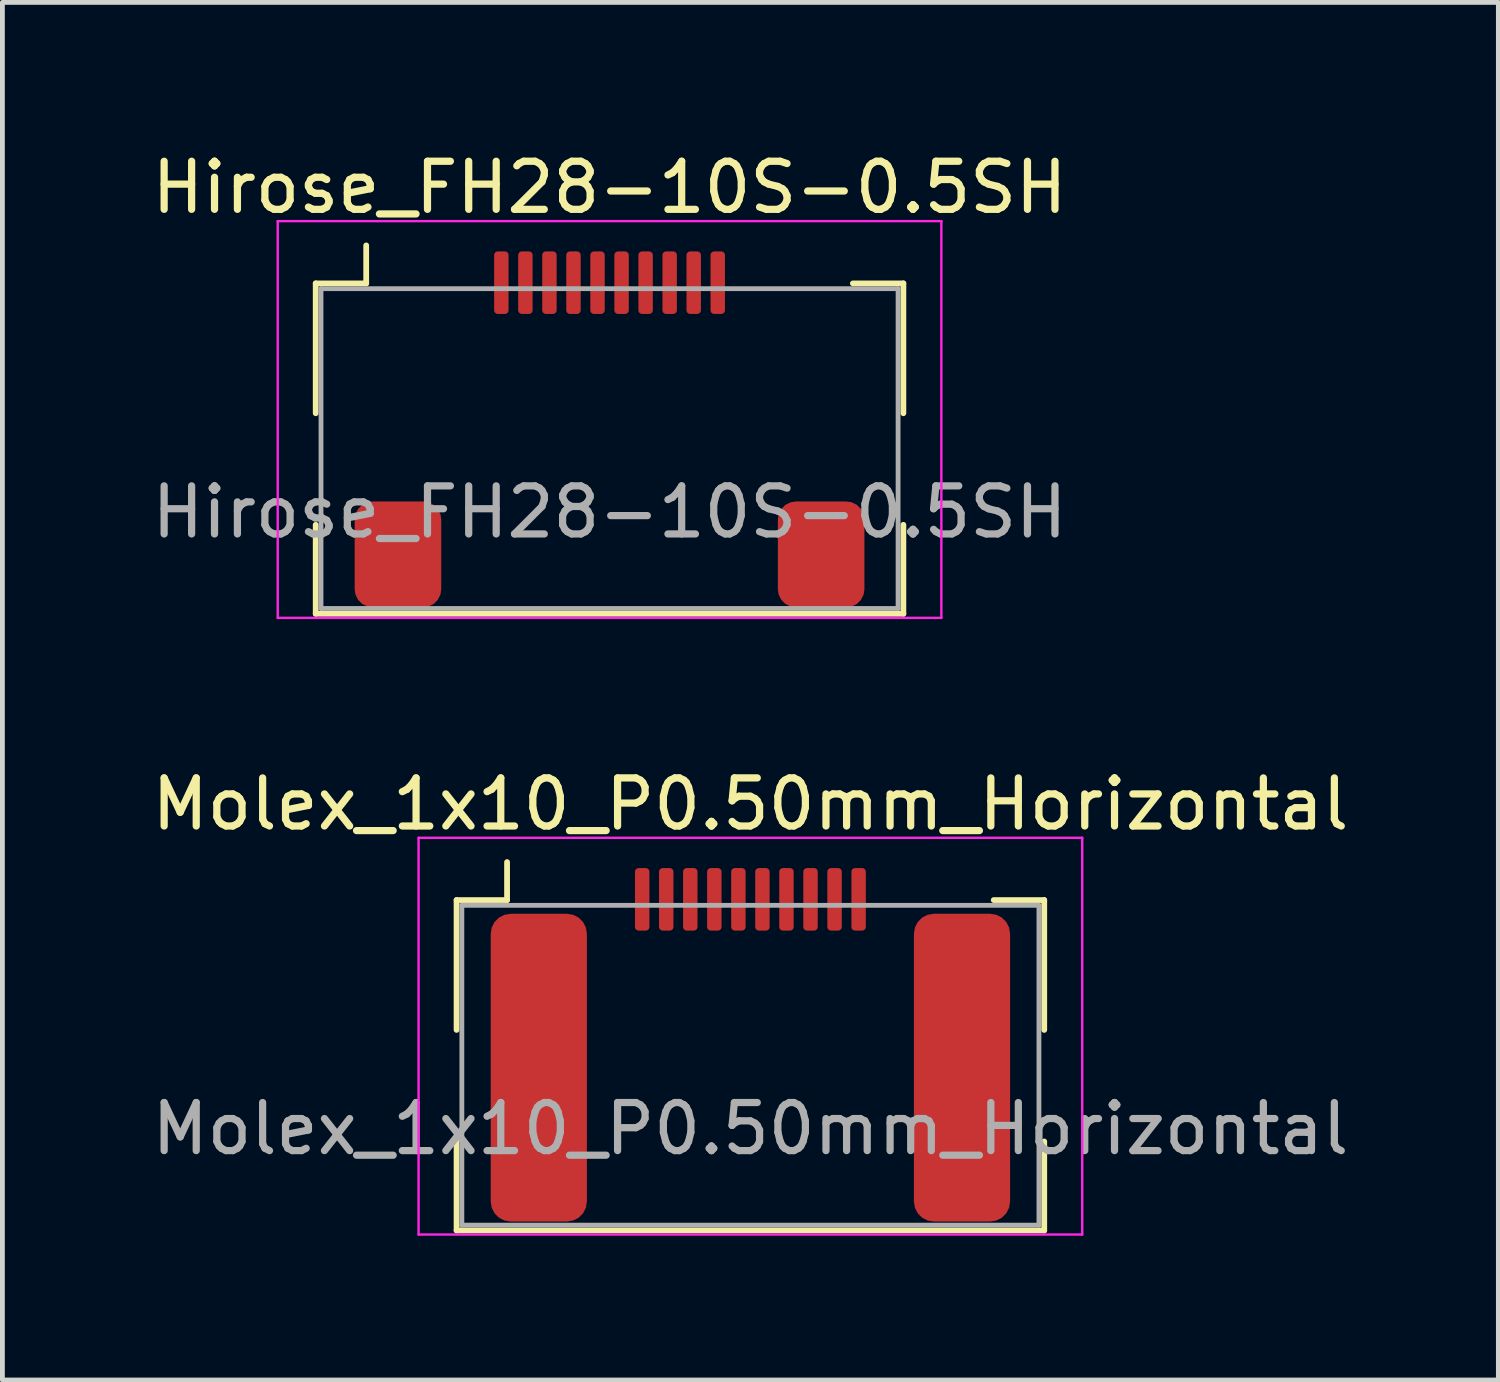
<source format=kicad_pcb>
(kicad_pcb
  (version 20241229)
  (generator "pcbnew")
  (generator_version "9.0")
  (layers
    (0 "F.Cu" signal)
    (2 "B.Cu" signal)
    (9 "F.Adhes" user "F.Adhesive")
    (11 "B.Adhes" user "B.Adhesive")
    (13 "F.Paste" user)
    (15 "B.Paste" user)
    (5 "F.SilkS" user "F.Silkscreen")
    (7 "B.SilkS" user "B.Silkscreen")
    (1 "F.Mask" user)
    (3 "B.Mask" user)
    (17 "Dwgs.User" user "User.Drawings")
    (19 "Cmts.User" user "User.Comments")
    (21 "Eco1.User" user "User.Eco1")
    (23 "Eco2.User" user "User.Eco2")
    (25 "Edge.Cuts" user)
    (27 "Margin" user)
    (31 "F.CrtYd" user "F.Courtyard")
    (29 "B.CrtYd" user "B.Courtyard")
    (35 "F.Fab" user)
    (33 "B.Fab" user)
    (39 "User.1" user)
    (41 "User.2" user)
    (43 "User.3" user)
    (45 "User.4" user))
  (footprint "Molex_1x10_P0.50mm_Horizontal"
    (layer "F.Cu")
    (at 12.554 17.651)
    (property "Reference" "Molex_1x10_P0.50mm_Horizontal" (at 0 -3.98 0) (layer "F.SilkS") (effects (font (size 1 1) (thickness 0.15))))
    (attr smd)
    (fp_line (start -6.11 -1.985) (end -5.06 -1.985) (stroke (width 0.12) (type solid)) (layer "F.SilkS"))
    (fp_line (start -6.11 0.715) (end -6.11 -1.985) (stroke (width 0.12) (type solid)) (layer "F.SilkS"))
    (fp_line (start -6.11 3.035) (end -6.11 4.885) (stroke (width 0.12) (type solid)) (layer "F.SilkS"))
    (fp_line (start -6.11 4.885) (end 6.11 4.885) (stroke (width 0.12) (type solid)) (layer "F.SilkS"))
    (fp_line (start -5.06 -1.985) (end -5.06 -2.775) (stroke (width 0.12) (type solid)) (layer "F.SilkS"))
    (fp_line (start 6.11 -1.985) (end 5.06 -1.985) (stroke (width 0.12) (type solid)) (layer "F.SilkS"))
    (fp_line (start 6.11 0.715) (end 6.11 -1.985) (stroke (width 0.12) (type solid)) (layer "F.SilkS"))
    (fp_line (start 6.11 4.885) (end 6.11 3.035) (stroke (width 0.12) (type solid)) (layer "F.SilkS"))
    (fp_line (start -6.9 -3.28) (end -6.9 4.97) (stroke (width 0.05) (type solid)) (layer "F.CrtYd"))
    (fp_line (start -6.9 4.97) (end 6.9 4.97) (stroke (width 0.05) (type solid)) (layer "F.CrtYd"))
    (fp_line (start 6.9 -3.28) (end -6.9 -3.28) (stroke (width 0.05) (type solid)) (layer "F.CrtYd"))
    (fp_line (start 6.9 4.97) (end 6.9 -3.28) (stroke (width 0.05) (type solid)) (layer "F.CrtYd"))
    (fp_line (start -6 -1.875) (end -6 4.775) (stroke (width 0.1) (type solid)) (layer "F.Fab"))
    (fp_line (start -6 -1.875) (end 6 -1.875) (stroke (width 0.1) (type solid)) (layer "F.Fab"))
    (fp_line (start -6 4.775) (end 6 4.775) (stroke (width 0.1) (type solid)) (layer "F.Fab"))
    (fp_line (start 6 -1.875) (end 6 4.775) (stroke (width 0.1) (type solid)) (layer "F.Fab"))
    (fp_text user "${REFERENCE}" (at 0 2.77 0) (layer "F.Fab") (effects (font (size 1 1) (thickness 0.15))))
    (pad "1" smd roundrect (at -2.25 -2) (size 0.3 1.3) (layers "F.Cu" "F.Mask" "F.Paste") (roundrect_rratio 0.25))
    (pad "2" smd roundrect (at -1.75 -2) (size 0.3 1.3) (layers "F.Cu" "F.Mask" "F.Paste") (roundrect_rratio 0.25))
    (pad "3" smd roundrect (at -1.25 -2) (size 0.3 1.3) (layers "F.Cu" "F.Mask" "F.Paste") (roundrect_rratio 0.25))
    (pad "4" smd roundrect (at -0.75 -2) (size 0.3 1.3) (layers "F.Cu" "F.Mask" "F.Paste") (roundrect_rratio 0.25))
    (pad "5" smd roundrect (at -0.25 -2) (size 0.3 1.3) (layers "F.Cu" "F.Mask" "F.Paste") (roundrect_rratio 0.25))
    (pad "6" smd roundrect (at 0.25 -2) (size 0.3 1.3) (layers "F.Cu" "F.Mask" "F.Paste") (roundrect_rratio 0.25))
    (pad "7" smd roundrect (at 0.75 -2) (size 0.3 1.3) (layers "F.Cu" "F.Mask" "F.Paste") (roundrect_rratio 0.25))
    (pad "8" smd roundrect (at 1.25 -2) (size 0.3 1.3) (layers "F.Cu" "F.Mask" "F.Paste") (roundrect_rratio 0.25))
    (pad "9" smd roundrect (at 1.75 -2) (size 0.3 1.3) (layers "F.Cu" "F.Mask" "F.Paste") (roundrect_rratio 0.25))
    (pad "10" smd roundrect (at 2.25 -2) (size 0.3 1.3) (layers "F.Cu" "F.Mask" "F.Paste") (roundrect_rratio 0.25))
    (pad "MP" smd roundrect (at -4.4 1.5) (size 2 6.4) (layers "F.Cu" "F.Mask" "F.Paste") (roundrect_rratio 0.208))
    (pad "MP" smd roundrect (at 4.4 1.5) (size 2 6.4) (layers "F.Cu" "F.Mask" "F.Paste") (roundrect_rratio 0.208)))
  (footprint "Hirose_FH28-10S-0.5SH"
    (layer "F.Cu")
    (at 9.625 4.828)
    (property "Reference" "Hirose_FH28-10S-0.5SH" (at 0 -3.98 0) (layer "F.SilkS") (effects (font (size 1 1) (thickness 0.15))))
    (attr smd)
    (fp_line (start -6.11 -1.985) (end -5.06 -1.985) (stroke (width 0.12) (type solid)) (layer "F.SilkS"))
    (fp_line (start -6.11 0.715) (end -6.11 -1.985) (stroke (width 0.12) (type solid)) (layer "F.SilkS"))
    (fp_line (start -6.11 3.035) (end -6.11 4.885) (stroke (width 0.12) (type solid)) (layer "F.SilkS"))
    (fp_line (start -6.11 4.885) (end 6.11 4.885) (stroke (width 0.12) (type solid)) (layer "F.SilkS"))
    (fp_line (start -5.06 -1.985) (end -5.06 -2.775) (stroke (width 0.12) (type solid)) (layer "F.SilkS"))
    (fp_line (start 6.11 -1.985) (end 5.06 -1.985) (stroke (width 0.12) (type solid)) (layer "F.SilkS"))
    (fp_line (start 6.11 0.715) (end 6.11 -1.985) (stroke (width 0.12) (type solid)) (layer "F.SilkS"))
    (fp_line (start 6.11 4.885) (end 6.11 3.035) (stroke (width 0.12) (type solid)) (layer "F.SilkS"))
    (fp_line (start -6.9 -3.28) (end -6.9 4.97) (stroke (width 0.05) (type solid)) (layer "F.CrtYd"))
    (fp_line (start -6.9 4.97) (end 6.9 4.97) (stroke (width 0.05) (type solid)) (layer "F.CrtYd"))
    (fp_line (start 6.9 -3.28) (end -6.9 -3.28) (stroke (width 0.05) (type solid)) (layer "F.CrtYd"))
    (fp_line (start 6.9 4.97) (end 6.9 -3.28) (stroke (width 0.05) (type solid)) (layer "F.CrtYd"))
    (fp_line (start -6 -1.875) (end -6 4.775) (stroke (width 0.1) (type solid)) (layer "F.Fab"))
    (fp_line (start -6 -1.875) (end 6 -1.875) (stroke (width 0.1) (type solid)) (layer "F.Fab"))
    (fp_line (start -6 4.775) (end 6 4.775) (stroke (width 0.1) (type solid)) (layer "F.Fab"))
    (fp_line (start 6 -1.875) (end 6 4.775) (stroke (width 0.1) (type solid)) (layer "F.Fab"))
    (fp_text user "${REFERENCE}" (at 0 2.77 0) (layer "F.Fab") (effects (font (size 1 1) (thickness 0.15))))
    (pad "1" smd roundrect (at -2.25 -2) (size 0.3 1.3) (layers "F.Cu" "F.Mask" "F.Paste") (roundrect_rratio 0.25))
    (pad "2" smd roundrect (at -1.75 -2) (size 0.3 1.3) (layers "F.Cu" "F.Mask" "F.Paste") (roundrect_rratio 0.25))
    (pad "3" smd roundrect (at -1.25 -2) (size 0.3 1.3) (layers "F.Cu" "F.Mask" "F.Paste") (roundrect_rratio 0.25))
    (pad "4" smd roundrect (at -0.75 -2) (size 0.3 1.3) (layers "F.Cu" "F.Mask" "F.Paste") (roundrect_rratio 0.25))
    (pad "5" smd roundrect (at -0.25 -2) (size 0.3 1.3) (layers "F.Cu" "F.Mask" "F.Paste") (roundrect_rratio 0.25))
    (pad "6" smd roundrect (at 0.25 -2) (size 0.3 1.3) (layers "F.Cu" "F.Mask" "F.Paste") (roundrect_rratio 0.25))
    (pad "7" smd roundrect (at 0.75 -2) (size 0.3 1.3) (layers "F.Cu" "F.Mask" "F.Paste") (roundrect_rratio 0.25))
    (pad "8" smd roundrect (at 1.25 -2) (size 0.3 1.3) (layers "F.Cu" "F.Mask" "F.Paste") (roundrect_rratio 0.25))
    (pad "9" smd roundrect (at 1.75 -2) (size 0.3 1.3) (layers "F.Cu" "F.Mask" "F.Paste") (roundrect_rratio 0.25))
    (pad "10" smd roundrect (at 2.25 -2) (size 0.3 1.3) (layers "F.Cu" "F.Mask" "F.Paste") (roundrect_rratio 0.25))
    (pad "MP" smd roundrect (at -4.4 3.65) (size 1.8 2.2) (layers "F.Cu" "F.Mask" "F.Paste") (roundrect_rratio 0.208))
    (pad "MP" smd roundrect (at 4.4 3.65) (size 1.8 2.2) (layers "F.Cu" "F.Mask" "F.Paste") (roundrect_rratio 0.208)))
  (gr_rect
    (start -3 -3)
    (end 28.107 25.646)
    (stroke (width 0.1) (type default))
    (fill no)
    (layer "Edge.Cuts")))
</source>
